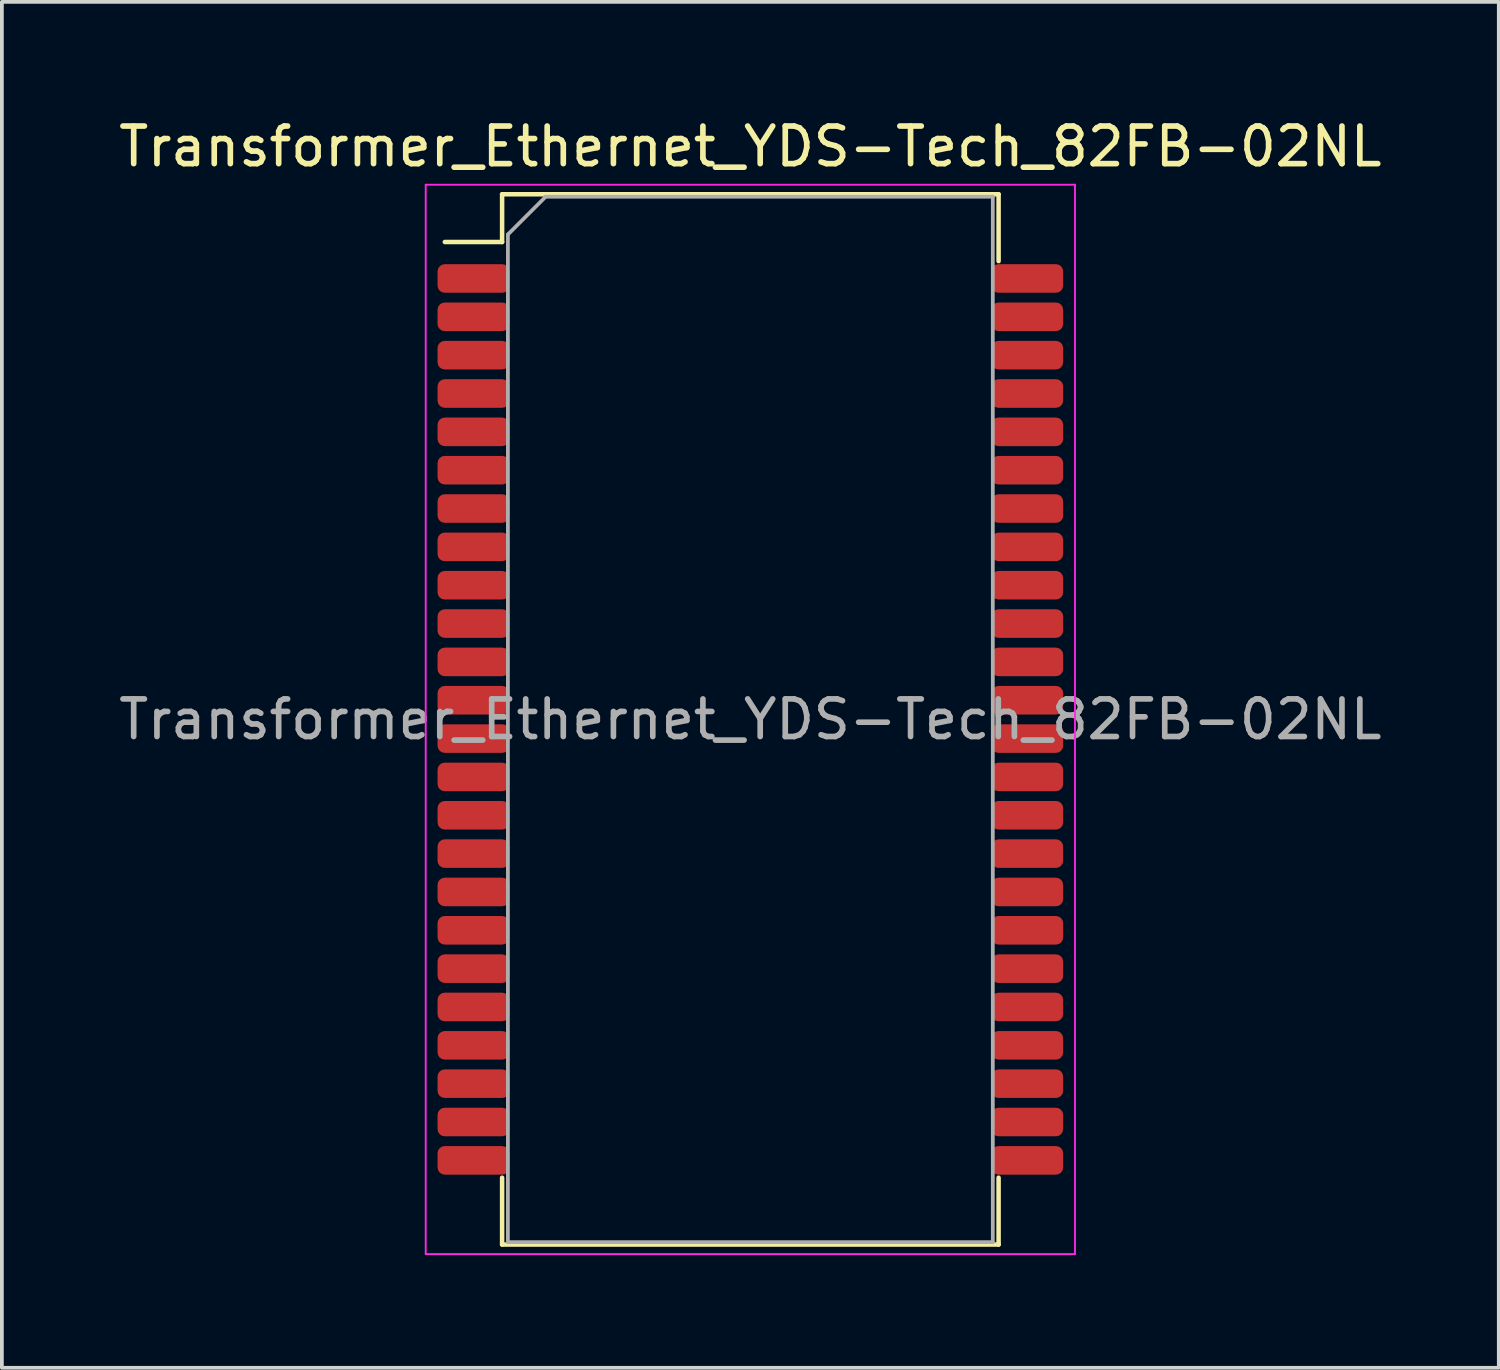
<source format=kicad_pcb>
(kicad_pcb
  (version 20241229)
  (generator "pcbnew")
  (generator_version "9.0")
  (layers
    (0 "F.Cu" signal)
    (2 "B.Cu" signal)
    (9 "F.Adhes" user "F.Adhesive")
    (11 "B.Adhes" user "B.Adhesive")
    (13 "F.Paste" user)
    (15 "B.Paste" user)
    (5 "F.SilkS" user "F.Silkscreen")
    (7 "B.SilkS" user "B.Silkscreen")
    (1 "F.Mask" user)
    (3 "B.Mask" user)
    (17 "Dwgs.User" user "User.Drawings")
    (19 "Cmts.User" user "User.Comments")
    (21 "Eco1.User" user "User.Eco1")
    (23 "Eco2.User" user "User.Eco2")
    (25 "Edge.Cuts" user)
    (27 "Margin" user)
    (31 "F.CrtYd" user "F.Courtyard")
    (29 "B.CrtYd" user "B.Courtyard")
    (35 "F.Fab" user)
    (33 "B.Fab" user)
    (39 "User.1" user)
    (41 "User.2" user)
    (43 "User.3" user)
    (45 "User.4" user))
  (footprint "Transformer_Ethernet_YDS-Tech_82FB-02NL"
    (layer "F.Cu")
    (at 16.911 16.088)
    (property "Reference" "Transformer_Ethernet_YDS-Tech_82FB-02NL" (at 0 -15.24 0) (unlocked yes) (layer "F.SilkS") (effects (font (size 1 1) (thickness 0.15))))
    (attr smd)
    (fp_line (start -8.128 -12.7) (end -6.604 -12.7) (stroke (width 0.12) (type solid)) (layer "F.SilkS"))
    (fp_line (start -6.604 -13.97) (end -6.604 -12.7) (stroke (width 0.12) (type solid)) (layer "F.SilkS"))
    (fp_line (start -6.604 -13.97) (end 6.604 -13.97) (stroke (width 0.12) (type solid)) (layer "F.SilkS"))
    (fp_line (start -6.604 13.97) (end -6.604 12.192) (stroke (width 0.12) (type solid)) (layer "F.SilkS"))
    (fp_line (start 6.604 -13.97) (end 6.604 -12.192) (stroke (width 0.12) (type solid)) (layer "F.SilkS"))
    (fp_line (start 6.604 13.97) (end -6.604 13.97) (stroke (width 0.12) (type solid)) (layer "F.SilkS"))
    (fp_line (start 6.604 13.97) (end 6.604 12.192) (stroke (width 0.12) (type solid)) (layer "F.SilkS"))
    (fp_line (start -8.636 -14.224) (end -8.636 14.224) (stroke (width 0.05) (type solid)) (layer "F.CrtYd"))
    (fp_line (start -8.636 -14.224) (end 8.636 -14.224) (stroke (width 0.05) (type solid)) (layer "F.CrtYd"))
    (fp_line (start -8.636 14.224) (end 8.636 14.224) (stroke (width 0.05) (type solid)) (layer "F.CrtYd"))
    (fp_line (start 8.636 -14.224) (end 8.636 14.224) (stroke (width 0.05) (type solid)) (layer "F.CrtYd"))
    (fp_line (start -6.45 -12.9) (end -6.45 13.905) (stroke (width 0.1) (type solid)) (layer "F.Fab"))
    (fp_line (start -6.45 13.905) (end 6.45 13.905) (stroke (width 0.1) (type solid)) (layer "F.Fab"))
    (fp_line (start -5.461 -13.905) (end 6.45 -13.905) (stroke (width 0.1) (type solid)) (layer "F.Fab"))
    (fp_line (start -5.45 -13.9) (end -6.45 -12.9) (stroke (width 0.1) (type solid)) (layer "F.Fab"))
    (fp_line (start 6.45 -13.905) (end 6.45 13.905) (stroke (width 0.1) (type solid)) (layer "F.Fab"))
    (fp_text user "${REFERENCE}" (at 0 0 0) (unlocked yes) (layer "F.Fab") (effects (font (size 1 1) (thickness 0.15))))
    (pad "1" smd roundrect (at -7.366 -11.73) (size 1.91 0.76) (layers "F.Cu" "F.Mask" "F.Paste") (roundrect_rratio 0.25))
    (pad "2" smd roundrect (at -7.366 -10.71) (size 1.91 0.76) (layers "F.Cu" "F.Mask" "F.Paste") (roundrect_rratio 0.25))
    (pad "3" smd roundrect (at -7.366 -9.69) (size 1.91 0.76) (layers "F.Cu" "F.Mask" "F.Paste") (roundrect_rratio 0.25))
    (pad "4" smd roundrect (at -7.366 -8.67) (size 1.91 0.76) (layers "F.Cu" "F.Mask" "F.Paste") (roundrect_rratio 0.25))
    (pad "5" smd roundrect (at -7.366 -7.65) (size 1.91 0.76) (layers "F.Cu" "F.Mask" "F.Paste") (roundrect_rratio 0.25))
    (pad "6" smd roundrect (at -7.366 -6.63) (size 1.91 0.76) (layers "F.Cu" "F.Mask" "F.Paste") (roundrect_rratio 0.25))
    (pad "7" smd roundrect (at -7.366 -5.61) (size 1.91 0.76) (layers "F.Cu" "F.Mask" "F.Paste") (roundrect_rratio 0.25))
    (pad "8" smd roundrect (at -7.366 -4.59) (size 1.91 0.76) (layers "F.Cu" "F.Mask" "F.Paste") (roundrect_rratio 0.25))
    (pad "9" smd roundrect (at -7.366 -3.57) (size 1.91 0.76) (layers "F.Cu" "F.Mask" "F.Paste") (roundrect_rratio 0.25))
    (pad "10" smd roundrect (at -7.366 -2.55) (size 1.91 0.76) (layers "F.Cu" "F.Mask" "F.Paste") (roundrect_rratio 0.25))
    (pad "11" smd roundrect (at -7.366 -1.53) (size 1.91 0.76) (layers "F.Cu" "F.Mask" "F.Paste") (roundrect_rratio 0.25))
    (pad "12" smd roundrect (at -7.366 -0.51) (size 1.91 0.76) (layers "F.Cu" "F.Mask" "F.Paste") (roundrect_rratio 0.25))
    (pad "13" smd roundrect (at -7.366 0.51 180) (size 1.91 0.76) (layers "F.Cu" "F.Mask" "F.Paste") (roundrect_rratio 0.25))
    (pad "14" smd roundrect (at -7.366 1.53 180) (size 1.91 0.76) (layers "F.Cu" "F.Mask" "F.Paste") (roundrect_rratio 0.25))
    (pad "15" smd roundrect (at -7.366 2.55 180) (size 1.91 0.76) (layers "F.Cu" "F.Mask" "F.Paste") (roundrect_rratio 0.25))
    (pad "16" smd roundrect (at -7.366 3.57 180) (size 1.91 0.76) (layers "F.Cu" "F.Mask" "F.Paste") (roundrect_rratio 0.25))
    (pad "17" smd roundrect (at -7.366 4.59 180) (size 1.91 0.76) (layers "F.Cu" "F.Mask" "F.Paste") (roundrect_rratio 0.25))
    (pad "18" smd roundrect (at -7.366 5.61 180) (size 1.91 0.76) (layers "F.Cu" "F.Mask" "F.Paste") (roundrect_rratio 0.25))
    (pad "19" smd roundrect (at -7.366 6.63 180) (size 1.91 0.76) (layers "F.Cu" "F.Mask" "F.Paste") (roundrect_rratio 0.25))
    (pad "20" smd roundrect (at -7.366 7.65 180) (size 1.91 0.76) (layers "F.Cu" "F.Mask" "F.Paste") (roundrect_rratio 0.25))
    (pad "21" smd roundrect (at -7.366 8.67 180) (size 1.91 0.76) (layers "F.Cu" "F.Mask" "F.Paste") (roundrect_rratio 0.25))
    (pad "22" smd roundrect (at -7.366 9.69 180) (size 1.91 0.76) (layers "F.Cu" "F.Mask" "F.Paste") (roundrect_rratio 0.25))
    (pad "23" smd roundrect (at -7.366 10.71 180) (size 1.91 0.76) (layers "F.Cu" "F.Mask" "F.Paste") (roundrect_rratio 0.25))
    (pad "24" smd roundrect (at -7.366 11.73 180) (size 1.91 0.76) (layers "F.Cu" "F.Mask" "F.Paste") (roundrect_rratio 0.25))
    (pad "25" smd roundrect (at 7.366 11.73 180) (size 1.91 0.76) (layers "F.Cu" "F.Mask" "F.Paste") (roundrect_rratio 0.25))
    (pad "26" smd roundrect (at 7.366 10.71 180) (size 1.91 0.76) (layers "F.Cu" "F.Mask" "F.Paste") (roundrect_rratio 0.25))
    (pad "27" smd roundrect (at 7.366 9.69 180) (size 1.91 0.76) (layers "F.Cu" "F.Mask" "F.Paste") (roundrect_rratio 0.25))
    (pad "28" smd roundrect (at 7.366 8.67 180) (size 1.91 0.76) (layers "F.Cu" "F.Mask" "F.Paste") (roundrect_rratio 0.25))
    (pad "29" smd roundrect (at 7.366 7.65 180) (size 1.91 0.76) (layers "F.Cu" "F.Mask" "F.Paste") (roundrect_rratio 0.25))
    (pad "30" smd roundrect (at 7.366 6.63 180) (size 1.91 0.76) (layers "F.Cu" "F.Mask" "F.Paste") (roundrect_rratio 0.25))
    (pad "31" smd roundrect (at 7.366 5.61 180) (size 1.91 0.76) (layers "F.Cu" "F.Mask" "F.Paste") (roundrect_rratio 0.25))
    (pad "32" smd roundrect (at 7.366 4.59 180) (size 1.91 0.76) (layers "F.Cu" "F.Mask" "F.Paste") (roundrect_rratio 0.25))
    (pad "33" smd roundrect (at 7.366 3.57 180) (size 1.91 0.76) (layers "F.Cu" "F.Mask" "F.Paste") (roundrect_rratio 0.25))
    (pad "34" smd roundrect (at 7.366 2.55 180) (size 1.91 0.76) (layers "F.Cu" "F.Mask" "F.Paste") (roundrect_rratio 0.25))
    (pad "35" smd roundrect (at 7.366 1.53 180) (size 1.91 0.76) (layers "F.Cu" "F.Mask" "F.Paste") (roundrect_rratio 0.25))
    (pad "36" smd roundrect (at 7.366 0.51 180) (size 1.91 0.76) (layers "F.Cu" "F.Mask" "F.Paste") (roundrect_rratio 0.25))
    (pad "37" smd roundrect (at 7.366 -0.51) (size 1.91 0.76) (layers "F.Cu" "F.Mask" "F.Paste") (roundrect_rratio 0.25))
    (pad "38" smd roundrect (at 7.366 -1.53) (size 1.91 0.76) (layers "F.Cu" "F.Mask" "F.Paste") (roundrect_rratio 0.25))
    (pad "39" smd roundrect (at 7.366 -2.55) (size 1.91 0.76) (layers "F.Cu" "F.Mask" "F.Paste") (roundrect_rratio 0.25))
    (pad "40" smd roundrect (at 7.366 -3.57) (size 1.91 0.76) (layers "F.Cu" "F.Mask" "F.Paste") (roundrect_rratio 0.25))
    (pad "41" smd roundrect (at 7.366 -4.59) (size 1.91 0.76) (layers "F.Cu" "F.Mask" "F.Paste") (roundrect_rratio 0.25))
    (pad "42" smd roundrect (at 7.366 -5.61) (size 1.91 0.76) (layers "F.Cu" "F.Mask" "F.Paste") (roundrect_rratio 0.25))
    (pad "43" smd roundrect (at 7.366 -6.63) (size 1.91 0.76) (layers "F.Cu" "F.Mask" "F.Paste") (roundrect_rratio 0.25))
    (pad "44" smd roundrect (at 7.366 -7.65) (size 1.91 0.76) (layers "F.Cu" "F.Mask" "F.Paste") (roundrect_rratio 0.25))
    (pad "45" smd roundrect (at 7.366 -8.67) (size 1.91 0.76) (layers "F.Cu" "F.Mask" "F.Paste") (roundrect_rratio 0.25))
    (pad "46" smd roundrect (at 7.366 -9.69) (size 1.91 0.76) (layers "F.Cu" "F.Mask" "F.Paste") (roundrect_rratio 0.25))
    (pad "47" smd roundrect (at 7.366 -10.71) (size 1.91 0.76) (layers "F.Cu" "F.Mask" "F.Paste") (roundrect_rratio 0.25))
    (pad "48" smd roundrect (at 7.366 -11.73) (size 1.91 0.76) (layers "F.Cu" "F.Mask" "F.Paste") (roundrect_rratio 0.25)))
  (gr_rect
    (start -3 -3)
    (end 36.821 33.337)
    (stroke (width 0.1) (type default))
    (fill no)
    (layer "Edge.Cuts")))
</source>
